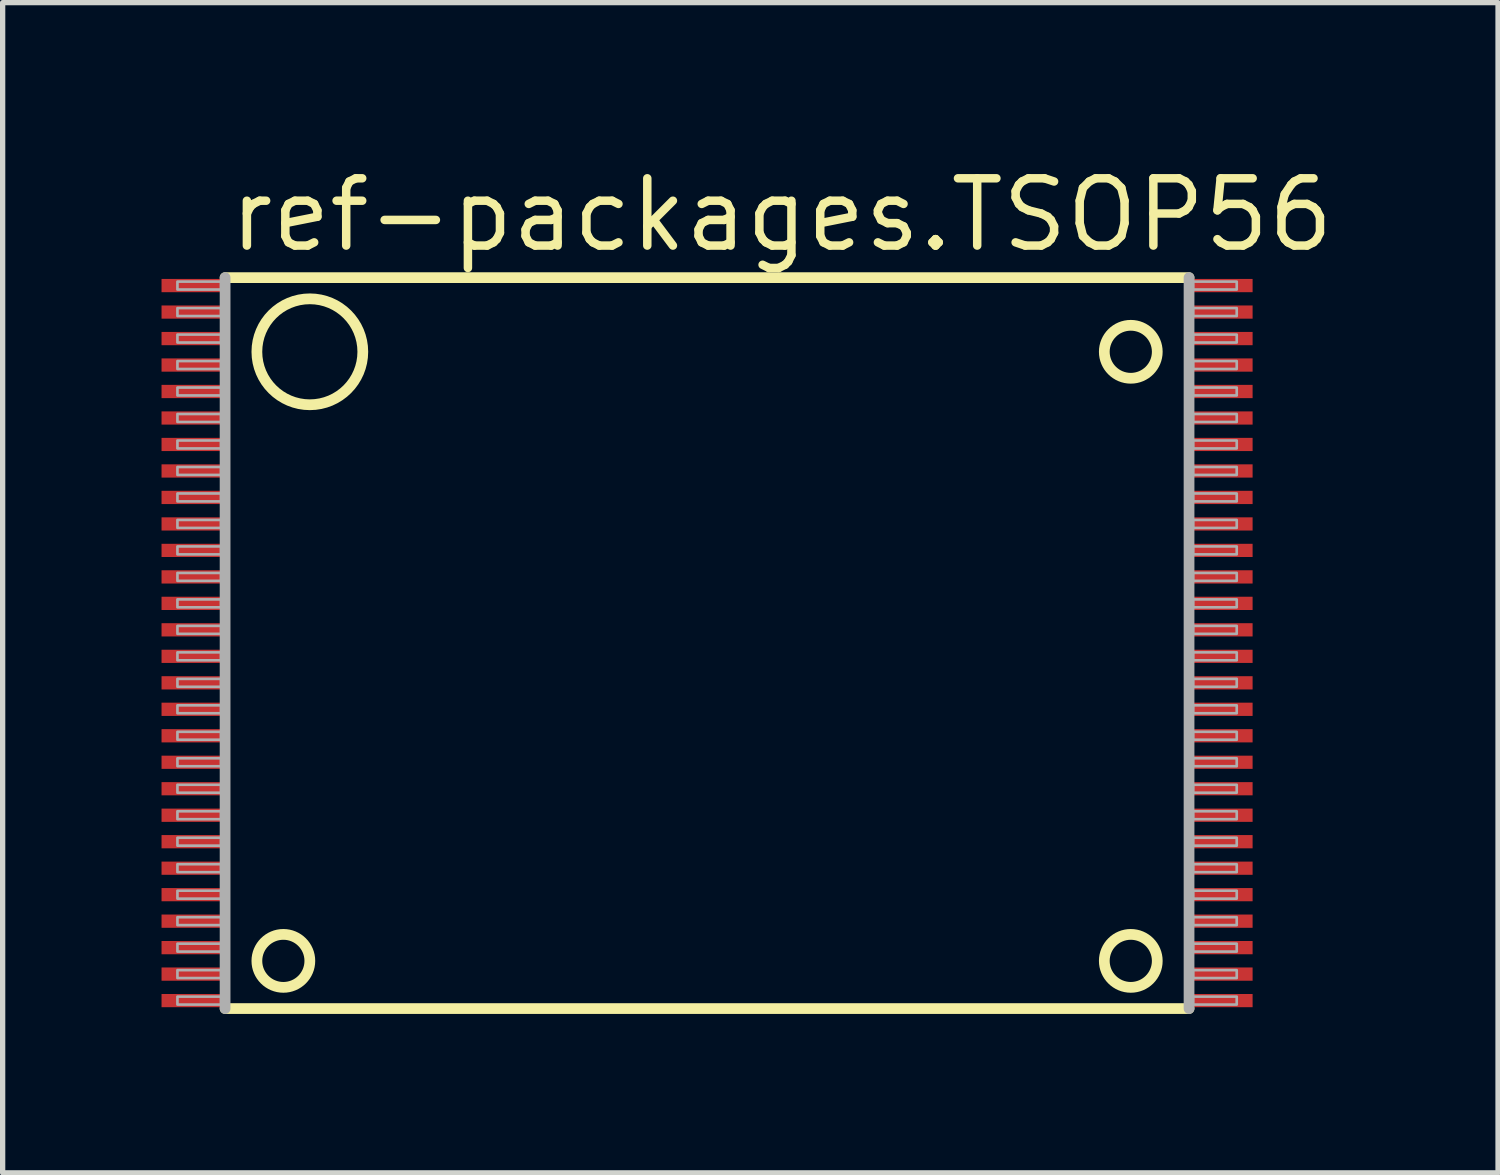
<source format=kicad_pcb>
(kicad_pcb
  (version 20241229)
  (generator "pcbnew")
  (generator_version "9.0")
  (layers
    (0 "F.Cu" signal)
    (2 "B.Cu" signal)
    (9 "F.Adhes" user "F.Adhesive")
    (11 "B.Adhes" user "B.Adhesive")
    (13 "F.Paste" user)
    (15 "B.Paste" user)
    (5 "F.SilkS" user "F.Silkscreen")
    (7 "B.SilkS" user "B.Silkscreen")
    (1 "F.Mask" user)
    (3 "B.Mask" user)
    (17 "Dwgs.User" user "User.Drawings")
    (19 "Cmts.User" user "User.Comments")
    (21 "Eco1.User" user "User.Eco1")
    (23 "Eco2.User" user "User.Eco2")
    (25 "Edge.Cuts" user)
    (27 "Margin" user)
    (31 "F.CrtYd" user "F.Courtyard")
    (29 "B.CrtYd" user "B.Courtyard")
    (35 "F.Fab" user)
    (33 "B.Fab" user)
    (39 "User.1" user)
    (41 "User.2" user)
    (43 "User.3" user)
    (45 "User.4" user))
  (footprint "ref-packages.TSOP56"
    (layer "F.Cu")
    (at 10.3 9.092)
    (property "Reference" "ref-packages.TSOP56" (at -9.096 -7.342 0) (layer "F.SilkS") (effects (font (size 1.27 1.27) (thickness 0.16)) (justify left bottom)))
    (attr smd)
    (fp_line (start -9.1 6.9) (end 9.1 6.9) (stroke (width 0.203) (type default)) (layer "F.SilkS"))
    (fp_line (start 9.1 -6.9) (end -9.1 -6.9) (stroke (width 0.203) (type default)) (layer "F.SilkS"))
    (fp_circle (center -8 6) (end -7.5 6) (stroke (width 0.203) (type default)) (fill no) (layer "F.SilkS"))
    (fp_circle (center -7.5 -5.5) (end -6.5 -5.5) (stroke (width 0.203) (type default)) (fill no) (layer "F.SilkS"))
    (fp_circle (center 8 -5.5) (end 8.5 -5.5) (stroke (width 0.203) (type default)) (fill no) (layer "F.SilkS"))
    (fp_circle (center 8 6) (end 8.5 6) (stroke (width 0.203) (type default)) (fill no) (layer "F.SilkS"))
    (fp_line (start -9.1 -6.9) (end -9.1 6.9) (stroke (width 0.203) (type default)) (layer "F.Fab"))
    (fp_line (start 9.1 6.9) (end 9.1 -6.9) (stroke (width 0.203) (type default)) (layer "F.Fab"))
    (fp_rect (start -10 -6.675) (end -9.175 -6.825) (stroke (width 0.05) (type default)) (fill no) (layer "F.Fab"))
    (fp_rect (start -10 -6.175) (end -9.175 -6.325) (stroke (width 0.05) (type default)) (fill no) (layer "F.Fab"))
    (fp_rect (start -10 -5.675) (end -9.175 -5.825) (stroke (width 0.05) (type default)) (fill no) (layer "F.Fab"))
    (fp_rect (start -10 -5.175) (end -9.175 -5.325) (stroke (width 0.05) (type default)) (fill no) (layer "F.Fab"))
    (fp_rect (start -10 -4.675) (end -9.175 -4.825) (stroke (width 0.05) (type default)) (fill no) (layer "F.Fab"))
    (fp_rect (start -10 -4.175) (end -9.175 -4.325) (stroke (width 0.05) (type default)) (fill no) (layer "F.Fab"))
    (fp_rect (start -10 -3.675) (end -9.175 -3.825) (stroke (width 0.05) (type default)) (fill no) (layer "F.Fab"))
    (fp_rect (start -10 -3.175) (end -9.175 -3.325) (stroke (width 0.05) (type default)) (fill no) (layer "F.Fab"))
    (fp_rect (start -10 -2.675) (end -9.175 -2.825) (stroke (width 0.05) (type default)) (fill no) (layer "F.Fab"))
    (fp_rect (start -10 -2.175) (end -9.175 -2.325) (stroke (width 0.05) (type default)) (fill no) (layer "F.Fab"))
    (fp_rect (start -10 -1.675) (end -9.175 -1.825) (stroke (width 0.05) (type default)) (fill no) (layer "F.Fab"))
    (fp_rect (start -10 -1.175) (end -9.175 -1.325) (stroke (width 0.05) (type default)) (fill no) (layer "F.Fab"))
    (fp_rect (start -10 -0.675) (end -9.175 -0.825) (stroke (width 0.05) (type default)) (fill no) (layer "F.Fab"))
    (fp_rect (start -10 -0.175) (end -9.175 -0.325) (stroke (width 0.05) (type default)) (fill no) (layer "F.Fab"))
    (fp_rect (start -10 0.325) (end -9.175 0.175) (stroke (width 0.05) (type default)) (fill no) (layer "F.Fab"))
    (fp_rect (start -10 0.825) (end -9.175 0.675) (stroke (width 0.05) (type default)) (fill no) (layer "F.Fab"))
    (fp_rect (start -10 1.325) (end -9.175 1.175) (stroke (width 0.05) (type default)) (fill no) (layer "F.Fab"))
    (fp_rect (start -10 1.825) (end -9.175 1.675) (stroke (width 0.05) (type default)) (fill no) (layer "F.Fab"))
    (fp_rect (start -10 2.325) (end -9.175 2.175) (stroke (width 0.05) (type default)) (fill no) (layer "F.Fab"))
    (fp_rect (start -10 2.825) (end -9.175 2.675) (stroke (width 0.05) (type default)) (fill no) (layer "F.Fab"))
    (fp_rect (start -10 3.325) (end -9.175 3.175) (stroke (width 0.05) (type default)) (fill no) (layer "F.Fab"))
    (fp_rect (start -10 3.825) (end -9.175 3.675) (stroke (width 0.05) (type default)) (fill no) (layer "F.Fab"))
    (fp_rect (start -10 4.325) (end -9.175 4.175) (stroke (width 0.05) (type default)) (fill no) (layer "F.Fab"))
    (fp_rect (start -10 4.825) (end -9.175 4.675) (stroke (width 0.05) (type default)) (fill no) (layer "F.Fab"))
    (fp_rect (start -10 5.325) (end -9.175 5.175) (stroke (width 0.05) (type default)) (fill no) (layer "F.Fab"))
    (fp_rect (start -10 5.825) (end -9.175 5.675) (stroke (width 0.05) (type default)) (fill no) (layer "F.Fab"))
    (fp_rect (start -10 6.325) (end -9.175 6.175) (stroke (width 0.05) (type default)) (fill no) (layer "F.Fab"))
    (fp_rect (start -10 6.825) (end -9.175 6.675) (stroke (width 0.05) (type default)) (fill no) (layer "F.Fab"))
    (fp_rect (start 9.175 -6.675) (end 10 -6.825) (stroke (width 0.05) (type default)) (fill no) (layer "F.Fab"))
    (fp_rect (start 9.175 -6.175) (end 10 -6.325) (stroke (width 0.05) (type default)) (fill no) (layer "F.Fab"))
    (fp_rect (start 9.175 -5.675) (end 10 -5.825) (stroke (width 0.05) (type default)) (fill no) (layer "F.Fab"))
    (fp_rect (start 9.175 -5.175) (end 10 -5.325) (stroke (width 0.05) (type default)) (fill no) (layer "F.Fab"))
    (fp_rect (start 9.175 -4.675) (end 10 -4.825) (stroke (width 0.05) (type default)) (fill no) (layer "F.Fab"))
    (fp_rect (start 9.175 -4.175) (end 10 -4.325) (stroke (width 0.05) (type default)) (fill no) (layer "F.Fab"))
    (fp_rect (start 9.175 -3.675) (end 10 -3.825) (stroke (width 0.05) (type default)) (fill no) (layer "F.Fab"))
    (fp_rect (start 9.175 -3.175) (end 10 -3.325) (stroke (width 0.05) (type default)) (fill no) (layer "F.Fab"))
    (fp_rect (start 9.175 -2.675) (end 10 -2.825) (stroke (width 0.05) (type default)) (fill no) (layer "F.Fab"))
    (fp_rect (start 9.175 -2.175) (end 10 -2.325) (stroke (width 0.05) (type default)) (fill no) (layer "F.Fab"))
    (fp_rect (start 9.175 -1.675) (end 10 -1.825) (stroke (width 0.05) (type default)) (fill no) (layer "F.Fab"))
    (fp_rect (start 9.175 -1.175) (end 10 -1.325) (stroke (width 0.05) (type default)) (fill no) (layer "F.Fab"))
    (fp_rect (start 9.175 -0.675) (end 10 -0.825) (stroke (width 0.05) (type default)) (fill no) (layer "F.Fab"))
    (fp_rect (start 9.175 -0.175) (end 10 -0.325) (stroke (width 0.05) (type default)) (fill no) (layer "F.Fab"))
    (fp_rect (start 9.175 0.325) (end 10 0.175) (stroke (width 0.05) (type default)) (fill no) (layer "F.Fab"))
    (fp_rect (start 9.175 0.825) (end 10 0.675) (stroke (width 0.05) (type default)) (fill no) (layer "F.Fab"))
    (fp_rect (start 9.175 1.325) (end 10 1.175) (stroke (width 0.05) (type default)) (fill no) (layer "F.Fab"))
    (fp_rect (start 9.175 1.825) (end 10 1.675) (stroke (width 0.05) (type default)) (fill no) (layer "F.Fab"))
    (fp_rect (start 9.175 2.325) (end 10 2.175) (stroke (width 0.05) (type default)) (fill no) (layer "F.Fab"))
    (fp_rect (start 9.175 2.825) (end 10 2.675) (stroke (width 0.05) (type default)) (fill no) (layer "F.Fab"))
    (fp_rect (start 9.175 3.325) (end 10 3.175) (stroke (width 0.05) (type default)) (fill no) (layer "F.Fab"))
    (fp_rect (start 9.175 3.825) (end 10 3.675) (stroke (width 0.05) (type default)) (fill no) (layer "F.Fab"))
    (fp_rect (start 9.175 4.325) (end 10 4.175) (stroke (width 0.05) (type default)) (fill no) (layer "F.Fab"))
    (fp_rect (start 9.175 4.825) (end 10 4.675) (stroke (width 0.05) (type default)) (fill no) (layer "F.Fab"))
    (fp_rect (start 9.175 5.325) (end 10 5.175) (stroke (width 0.05) (type default)) (fill no) (layer "F.Fab"))
    (fp_rect (start 9.175 5.825) (end 10 5.675) (stroke (width 0.05) (type default)) (fill no) (layer "F.Fab"))
    (fp_rect (start 9.175 6.325) (end 10 6.175) (stroke (width 0.05) (type default)) (fill no) (layer "F.Fab"))
    (fp_rect (start 9.175 6.825) (end 10 6.675) (stroke (width 0.05) (type default)) (fill no) (layer "F.Fab"))
    (pad "1" smd roundrect (at -9.7 -6.75) (size 1.2 0.25) (layers "F.Cu" "F.Mask" "F.Paste") (roundrect_rratio 0.01))
    (pad "2" smd roundrect (at -9.7 -6.25) (size 1.2 0.25) (layers "F.Cu" "F.Mask" "F.Paste") (roundrect_rratio 0.01))
    (pad "3" smd roundrect (at -9.7 -5.75) (size 1.2 0.25) (layers "F.Cu" "F.Mask" "F.Paste") (roundrect_rratio 0.01))
    (pad "4" smd roundrect (at -9.7 -5.25) (size 1.2 0.25) (layers "F.Cu" "F.Mask" "F.Paste") (roundrect_rratio 0.01))
    (pad "5" smd roundrect (at -9.7 -4.75) (size 1.2 0.25) (layers "F.Cu" "F.Mask" "F.Paste") (roundrect_rratio 0.01))
    (pad "6" smd roundrect (at -9.7 -4.25) (size 1.2 0.25) (layers "F.Cu" "F.Mask" "F.Paste") (roundrect_rratio 0.01))
    (pad "7" smd roundrect (at -9.7 -3.75) (size 1.2 0.25) (layers "F.Cu" "F.Mask" "F.Paste") (roundrect_rratio 0.01))
    (pad "8" smd roundrect (at -9.7 -3.25) (size 1.2 0.25) (layers "F.Cu" "F.Mask" "F.Paste") (roundrect_rratio 0.01))
    (pad "9" smd roundrect (at -9.7 -2.75) (size 1.2 0.25) (layers "F.Cu" "F.Mask" "F.Paste") (roundrect_rratio 0.01))
    (pad "10" smd roundrect (at -9.7 -2.25) (size 1.2 0.25) (layers "F.Cu" "F.Mask" "F.Paste") (roundrect_rratio 0.01))
    (pad "11" smd roundrect (at -9.7 -1.75) (size 1.2 0.25) (layers "F.Cu" "F.Mask" "F.Paste") (roundrect_rratio 0.01))
    (pad "12" smd roundrect (at -9.7 -1.25) (size 1.2 0.25) (layers "F.Cu" "F.Mask" "F.Paste") (roundrect_rratio 0.01))
    (pad "13" smd roundrect (at -9.7 -0.75) (size 1.2 0.25) (layers "F.Cu" "F.Mask" "F.Paste") (roundrect_rratio 0.01))
    (pad "14" smd roundrect (at -9.7 -0.25) (size 1.2 0.25) (layers "F.Cu" "F.Mask" "F.Paste") (roundrect_rratio 0.01))
    (pad "15" smd roundrect (at -9.7 0.25) (size 1.2 0.25) (layers "F.Cu" "F.Mask" "F.Paste") (roundrect_rratio 0.01))
    (pad "16" smd roundrect (at -9.7 0.75) (size 1.2 0.25) (layers "F.Cu" "F.Mask" "F.Paste") (roundrect_rratio 0.01))
    (pad "17" smd roundrect (at -9.7 1.25) (size 1.2 0.25) (layers "F.Cu" "F.Mask" "F.Paste") (roundrect_rratio 0.01))
    (pad "18" smd roundrect (at -9.7 1.75) (size 1.2 0.25) (layers "F.Cu" "F.Mask" "F.Paste") (roundrect_rratio 0.01))
    (pad "19" smd roundrect (at -9.7 2.25) (size 1.2 0.25) (layers "F.Cu" "F.Mask" "F.Paste") (roundrect_rratio 0.01))
    (pad "20" smd roundrect (at -9.7 2.75) (size 1.2 0.25) (layers "F.Cu" "F.Mask" "F.Paste") (roundrect_rratio 0.01))
    (pad "21" smd roundrect (at -9.7 3.25) (size 1.2 0.25) (layers "F.Cu" "F.Mask" "F.Paste") (roundrect_rratio 0.01))
    (pad "22" smd roundrect (at -9.7 3.75) (size 1.2 0.25) (layers "F.Cu" "F.Mask" "F.Paste") (roundrect_rratio 0.01))
    (pad "23" smd roundrect (at -9.7 4.25) (size 1.2 0.25) (layers "F.Cu" "F.Mask" "F.Paste") (roundrect_rratio 0.01))
    (pad "24" smd roundrect (at -9.7 4.75) (size 1.2 0.25) (layers "F.Cu" "F.Mask" "F.Paste") (roundrect_rratio 0.01))
    (pad "25" smd roundrect (at -9.7 5.25) (size 1.2 0.25) (layers "F.Cu" "F.Mask" "F.Paste") (roundrect_rratio 0.01))
    (pad "26" smd roundrect (at -9.7 5.75) (size 1.2 0.25) (layers "F.Cu" "F.Mask" "F.Paste") (roundrect_rratio 0.01))
    (pad "27" smd roundrect (at -9.7 6.25) (size 1.2 0.25) (layers "F.Cu" "F.Mask" "F.Paste") (roundrect_rratio 0.01))
    (pad "28" smd roundrect (at -9.7 6.75) (size 1.2 0.25) (layers "F.Cu" "F.Mask" "F.Paste") (roundrect_rratio 0.01))
    (pad "29" smd roundrect (at 9.7 6.75) (size 1.2 0.25) (layers "F.Cu" "F.Mask" "F.Paste") (roundrect_rratio 0.01))
    (pad "30" smd roundrect (at 9.7 6.25) (size 1.2 0.25) (layers "F.Cu" "F.Mask" "F.Paste") (roundrect_rratio 0.01))
    (pad "31" smd roundrect (at 9.7 5.75) (size 1.2 0.25) (layers "F.Cu" "F.Mask" "F.Paste") (roundrect_rratio 0.01))
    (pad "32" smd roundrect (at 9.7 5.25) (size 1.2 0.25) (layers "F.Cu" "F.Mask" "F.Paste") (roundrect_rratio 0.01))
    (pad "33" smd roundrect (at 9.7 4.75) (size 1.2 0.25) (layers "F.Cu" "F.Mask" "F.Paste") (roundrect_rratio 0.01))
    (pad "34" smd roundrect (at 9.7 4.25) (size 1.2 0.25) (layers "F.Cu" "F.Mask" "F.Paste") (roundrect_rratio 0.01))
    (pad "35" smd roundrect (at 9.7 3.75) (size 1.2 0.25) (layers "F.Cu" "F.Mask" "F.Paste") (roundrect_rratio 0.01))
    (pad "36" smd roundrect (at 9.7 3.25) (size 1.2 0.25) (layers "F.Cu" "F.Mask" "F.Paste") (roundrect_rratio 0.01))
    (pad "37" smd roundrect (at 9.7 2.75) (size 1.2 0.25) (layers "F.Cu" "F.Mask" "F.Paste") (roundrect_rratio 0.01))
    (pad "38" smd roundrect (at 9.7 2.25) (size 1.2 0.25) (layers "F.Cu" "F.Mask" "F.Paste") (roundrect_rratio 0.01))
    (pad "39" smd roundrect (at 9.7 1.75) (size 1.2 0.25) (layers "F.Cu" "F.Mask" "F.Paste") (roundrect_rratio 0.01))
    (pad "40" smd roundrect (at 9.7 1.25) (size 1.2 0.25) (layers "F.Cu" "F.Mask" "F.Paste") (roundrect_rratio 0.01))
    (pad "41" smd roundrect (at 9.7 0.75) (size 1.2 0.25) (layers "F.Cu" "F.Mask" "F.Paste") (roundrect_rratio 0.01))
    (pad "42" smd roundrect (at 9.7 0.25) (size 1.2 0.25) (layers "F.Cu" "F.Mask" "F.Paste") (roundrect_rratio 0.01))
    (pad "43" smd roundrect (at 9.7 -0.25) (size 1.2 0.25) (layers "F.Cu" "F.Mask" "F.Paste") (roundrect_rratio 0.01))
    (pad "44" smd roundrect (at 9.7 -0.75) (size 1.2 0.25) (layers "F.Cu" "F.Mask" "F.Paste") (roundrect_rratio 0.01))
    (pad "45" smd roundrect (at 9.7 -1.25) (size 1.2 0.25) (layers "F.Cu" "F.Mask" "F.Paste") (roundrect_rratio 0.01))
    (pad "46" smd roundrect (at 9.7 -1.75) (size 1.2 0.25) (layers "F.Cu" "F.Mask" "F.Paste") (roundrect_rratio 0.01))
    (pad "47" smd roundrect (at 9.7 -2.25) (size 1.2 0.25) (layers "F.Cu" "F.Mask" "F.Paste") (roundrect_rratio 0.01))
    (pad "48" smd roundrect (at 9.7 -2.75) (size 1.2 0.25) (layers "F.Cu" "F.Mask" "F.Paste") (roundrect_rratio 0.01))
    (pad "49" smd roundrect (at 9.7 -3.25) (size 1.2 0.25) (layers "F.Cu" "F.Mask" "F.Paste") (roundrect_rratio 0.01))
    (pad "50" smd roundrect (at 9.7 -3.75) (size 1.2 0.25) (layers "F.Cu" "F.Mask" "F.Paste") (roundrect_rratio 0.01))
    (pad "51" smd roundrect (at 9.7 -4.25) (size 1.2 0.25) (layers "F.Cu" "F.Mask" "F.Paste") (roundrect_rratio 0.01))
    (pad "52" smd roundrect (at 9.7 -4.75) (size 1.2 0.25) (layers "F.Cu" "F.Mask" "F.Paste") (roundrect_rratio 0.01))
    (pad "53" smd roundrect (at 9.7 -5.25) (size 1.2 0.25) (layers "F.Cu" "F.Mask" "F.Paste") (roundrect_rratio 0.01))
    (pad "54" smd roundrect (at 9.7 -5.75) (size 1.2 0.25) (layers "F.Cu" "F.Mask" "F.Paste") (roundrect_rratio 0.01))
    (pad "55" smd roundrect (at 9.7 -6.25) (size 1.2 0.25) (layers "F.Cu" "F.Mask" "F.Paste") (roundrect_rratio 0.01))
    (pad "56" smd roundrect (at 9.7 -6.75) (size 1.2 0.25) (layers "F.Cu" "F.Mask" "F.Paste") (roundrect_rratio 0.01)))
  (gr_rect
    (start -3 -3)
    (end 25.234 19.094)
    (stroke (width 0.1) (type default))
    (fill no)
    (layer "Edge.Cuts")))
</source>
